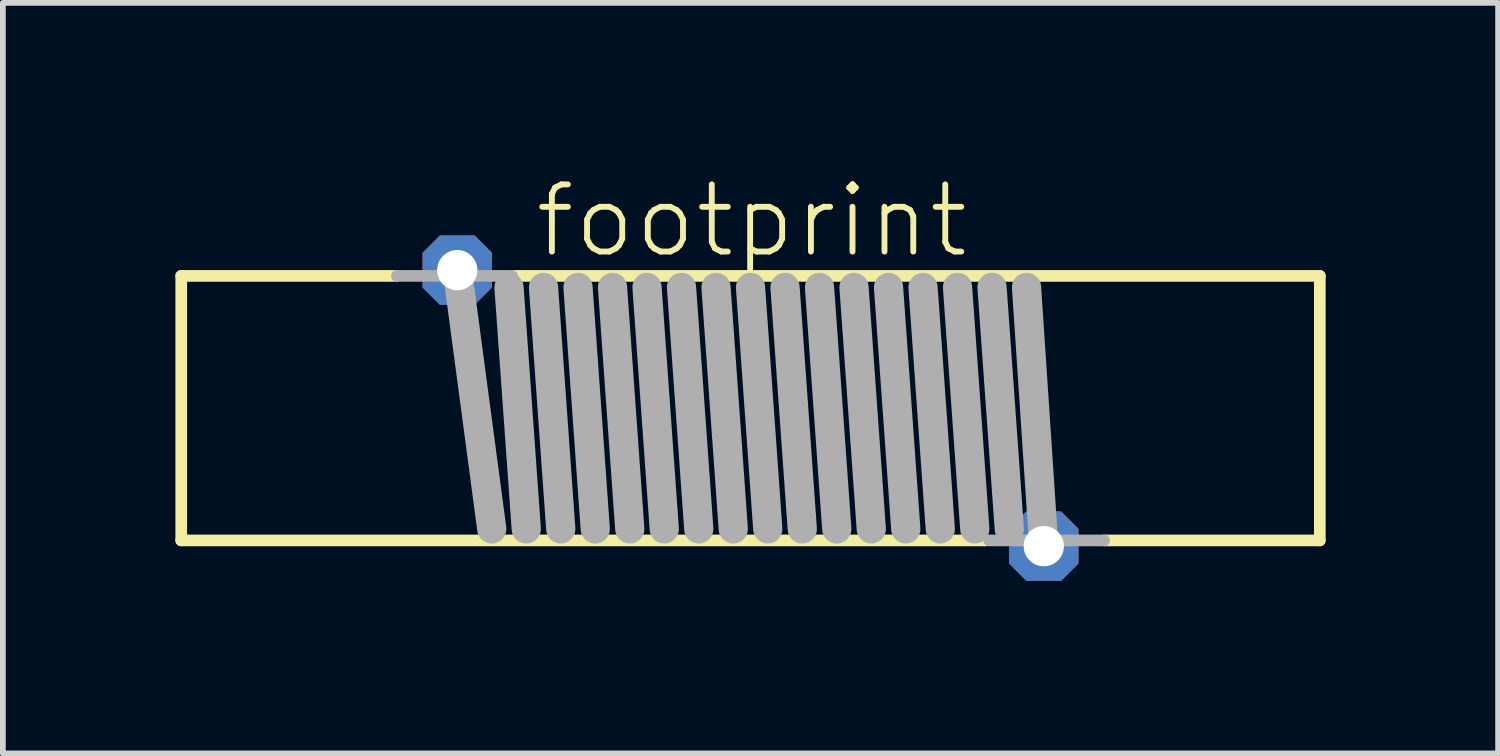
<source format=kicad_pcb>
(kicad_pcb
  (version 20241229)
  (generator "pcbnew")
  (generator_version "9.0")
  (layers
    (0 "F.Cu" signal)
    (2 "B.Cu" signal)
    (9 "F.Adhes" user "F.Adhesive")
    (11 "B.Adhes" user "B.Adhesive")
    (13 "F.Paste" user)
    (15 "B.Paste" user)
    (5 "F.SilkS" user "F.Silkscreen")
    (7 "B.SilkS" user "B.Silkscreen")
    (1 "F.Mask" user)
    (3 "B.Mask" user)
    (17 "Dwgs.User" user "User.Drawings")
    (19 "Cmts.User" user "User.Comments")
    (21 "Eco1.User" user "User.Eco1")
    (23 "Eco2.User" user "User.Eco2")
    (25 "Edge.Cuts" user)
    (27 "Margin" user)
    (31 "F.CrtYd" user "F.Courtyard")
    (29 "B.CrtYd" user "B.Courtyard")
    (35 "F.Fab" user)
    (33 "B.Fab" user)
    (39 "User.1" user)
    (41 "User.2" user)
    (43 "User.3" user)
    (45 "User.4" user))
  (footprint "footprint"
    (layer "F.Cu")
    (at 10.002 4.048)
    (property "Reference" "footprint" (at -3.8 -2.575 0) (layer "F.SilkS") (effects (font (size 1.168 1.168) (thickness 0.102)) (justify left bottom)))
    (fp_line (start -9.9 -2.3) (end -6.15 -2.3) (stroke (width 0.203) (type solid)) (layer "F.SilkS"))
    (fp_line (start -9.9 2.3) (end -9.9 -2.3) (stroke (width 0.203) (type solid)) (layer "F.SilkS"))
    (fp_line (start -4.1 -2.3) (end 9.9 -2.3) (stroke (width 0.203) (type solid)) (layer "F.SilkS"))
    (fp_line (start 4.1 2.3) (end -9.9 2.3) (stroke (width 0.203) (type solid)) (layer "F.SilkS"))
    (fp_line (start 9.9 -2.3) (end 9.9 2.3) (stroke (width 0.203) (type solid)) (layer "F.SilkS"))
    (fp_line (start 9.9 2.3) (end 6.15 2.3) (stroke (width 0.203) (type solid)) (layer "F.SilkS"))
    (fp_line (start -6.15 -2.3) (end -4.15 -2.3) (stroke (width 0.203) (type solid)) (layer "F.Fab"))
    (fp_line (start -4.5 2.1) (end -5.1 -2.4) (stroke (width 0.508) (type solid)) (layer "F.Fab"))
    (fp_line (start -3.9 2.1) (end -4.2 -2.1) (stroke (width 0.508) (type solid)) (layer "F.Fab"))
    (fp_line (start -3.3 2.1) (end -3.6 -2.1) (stroke (width 0.508) (type solid)) (layer "F.Fab"))
    (fp_line (start -2.7 2.1) (end -3 -2.1) (stroke (width 0.508) (type solid)) (layer "F.Fab"))
    (fp_line (start -2.1 2.1) (end -2.4 -2.1) (stroke (width 0.508) (type solid)) (layer "F.Fab"))
    (fp_line (start -1.5 2.1) (end -1.8 -2.1) (stroke (width 0.508) (type solid)) (layer "F.Fab"))
    (fp_line (start -0.9 2.1) (end -1.2 -2.1) (stroke (width 0.508) (type solid)) (layer "F.Fab"))
    (fp_line (start -0.3 2.1) (end -0.6 -2.1) (stroke (width 0.508) (type solid)) (layer "F.Fab"))
    (fp_line (start 0.3 2.1) (end 0 -2.1) (stroke (width 0.508) (type solid)) (layer "F.Fab"))
    (fp_line (start 0.9 2.1) (end 0.6 -2.1) (stroke (width 0.508) (type solid)) (layer "F.Fab"))
    (fp_line (start 1.5 2.1) (end 1.2 -2.1) (stroke (width 0.508) (type solid)) (layer "F.Fab"))
    (fp_line (start 2.1 2.1) (end 1.8 -2.1) (stroke (width 0.508) (type solid)) (layer "F.Fab"))
    (fp_line (start 2.7 2.1) (end 2.4 -2.1) (stroke (width 0.508) (type solid)) (layer "F.Fab"))
    (fp_line (start 3.3 2.1) (end 3 -2.1) (stroke (width 0.508) (type solid)) (layer "F.Fab"))
    (fp_line (start 3.9 2.1) (end 3.6 -2.1) (stroke (width 0.508) (type solid)) (layer "F.Fab"))
    (fp_line (start 4.5 2.1) (end 4.2 -2.1) (stroke (width 0.508) (type solid)) (layer "F.Fab"))
    (fp_line (start 5.1 2.4) (end 4.8 -2.1) (stroke (width 0.508) (type solid)) (layer "F.Fab"))
    (fp_line (start 6.15 2.3) (end 4.15 2.3) (stroke (width 0.203) (type solid)) (layer "F.Fab"))
    (pad "1" thru_hole roundrect (at 5.1 2.4) (size 1.208 1.208) (drill 0.7) (layers "*.Cu" "*.Mask") (roundrect_rratio 0.25) (chamfer_ratio 0.25) (chamfer top_left top_right bottom_left bottom_right))
    (pad "2" thru_hole roundrect (at -5.1 -2.4) (size 1.208 1.208) (drill 0.7) (layers "*.Cu" "*.Mask") (roundrect_rratio 0.25) (chamfer_ratio 0.25) (chamfer top_left top_right bottom_left bottom_right)))
  (gr_rect
    (start -3 -3)
    (end 23.003 10.052)
    (stroke (width 0.1) (type default))
    (fill no)
    (layer "Edge.Cuts")))
</source>
